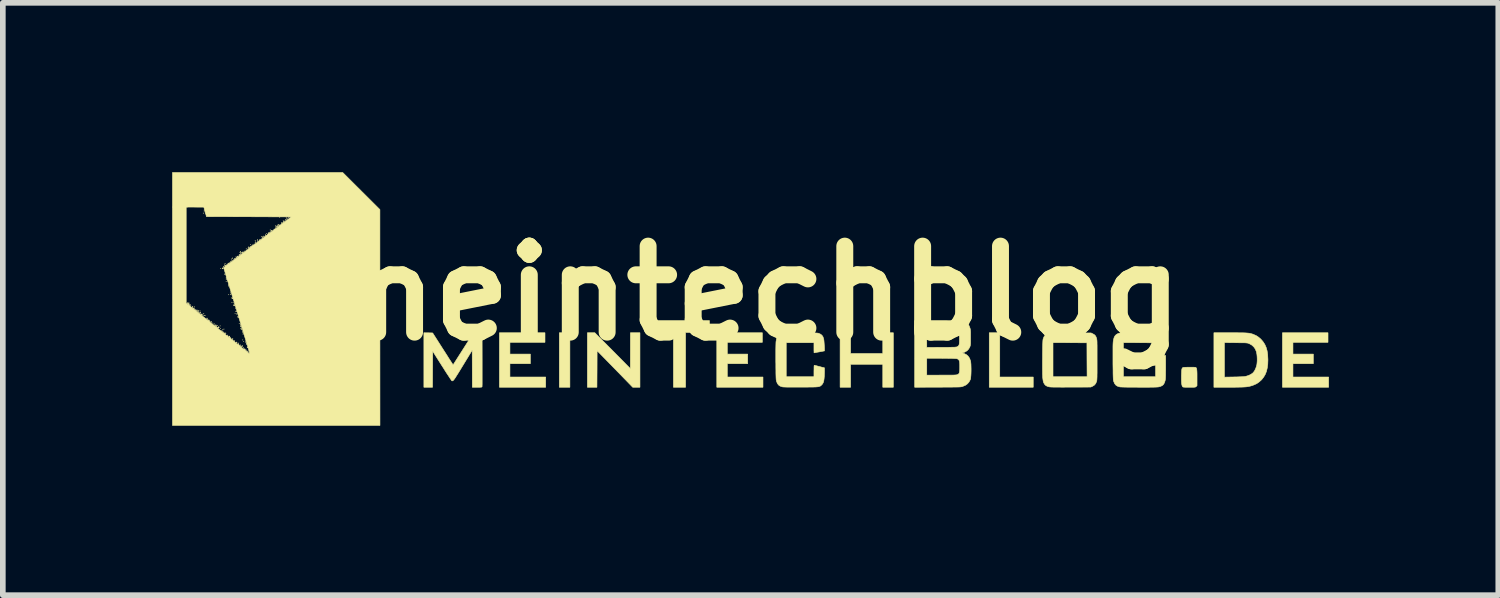
<source format=kicad_pcb>
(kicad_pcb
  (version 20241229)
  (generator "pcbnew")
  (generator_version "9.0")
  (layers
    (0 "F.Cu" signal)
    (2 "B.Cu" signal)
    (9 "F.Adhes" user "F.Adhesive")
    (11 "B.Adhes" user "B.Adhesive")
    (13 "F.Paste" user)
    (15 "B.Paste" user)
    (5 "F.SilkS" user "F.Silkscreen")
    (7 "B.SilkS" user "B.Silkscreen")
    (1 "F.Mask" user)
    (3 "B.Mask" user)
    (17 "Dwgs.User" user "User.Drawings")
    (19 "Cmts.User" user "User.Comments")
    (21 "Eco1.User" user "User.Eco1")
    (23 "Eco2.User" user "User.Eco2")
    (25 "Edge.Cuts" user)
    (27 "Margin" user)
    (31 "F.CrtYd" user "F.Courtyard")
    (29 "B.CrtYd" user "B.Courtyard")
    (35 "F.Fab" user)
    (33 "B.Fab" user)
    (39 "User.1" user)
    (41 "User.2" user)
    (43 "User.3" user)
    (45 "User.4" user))
  (footprint "meintechblog"
    (layer "F.Cu")
    (at 10.244 2.144)
    (property "Reference" "meintechblog" (at 0 0 0) (layer "F.SilkS") (effects (font (size 1.524 1.524) (thickness 0.3))))
    (attr through_hole)
    (fp_poly (pts (xy -9.979 -1.516) (xy -9.982 -1.513) (xy -9.985 -1.516) (xy -9.982 -1.518) (xy -9.979 -1.516)) (stroke (width 0.01) (type solid)) (fill yes) (layer "F.SilkS"))
    (fp_poly (pts (xy -9.974 0.167) (xy -9.977 0.169) (xy -9.979 0.167) (xy -9.977 0.164) (xy -9.974 0.167)) (stroke (width 0.01) (type solid)) (fill yes) (layer "F.SilkS"))
    (fp_poly (pts (xy -9.946 0.167) (xy -9.948 0.169) (xy -9.951 0.167) (xy -9.948 0.164) (xy -9.946 0.167)) (stroke (width 0.01) (type solid)) (fill yes) (layer "F.SilkS"))
    (fp_poly (pts (xy -9.912 0.217) (xy -9.914 0.22) (xy -9.917 0.217) (xy -9.914 0.214) (xy -9.912 0.217)) (stroke (width 0.01) (type solid)) (fill yes) (layer "F.SilkS"))
    (fp_poly (pts (xy -9.844 0.279) (xy -9.847 0.282) (xy -9.85 0.279) (xy -9.847 0.277) (xy -9.844 0.279)) (stroke (width 0.01) (type solid)) (fill yes) (layer "F.SilkS"))
    (fp_poly (pts (xy -9.81 0.308) (xy -9.813 0.31) (xy -9.816 0.308) (xy -9.813 0.305) (xy -9.81 0.308)) (stroke (width 0.01) (type solid)) (fill yes) (layer "F.SilkS"))
    (fp_poly (pts (xy -9.804 0.296) (xy -9.807 0.299) (xy -9.81 0.296) (xy -9.807 0.294) (xy -9.804 0.296)) (stroke (width 0.01) (type solid)) (fill yes) (layer "F.SilkS"))
    (fp_poly (pts (xy -9.799 0.313) (xy -9.802 0.316) (xy -9.804 0.313) (xy -9.802 0.31) (xy -9.799 0.313)) (stroke (width 0.01) (type solid)) (fill yes) (layer "F.SilkS"))
    (fp_poly (pts (xy -9.787 0.302) (xy -9.79 0.305) (xy -9.793 0.302) (xy -9.79 0.299) (xy -9.787 0.302)) (stroke (width 0.01) (type solid)) (fill yes) (layer "F.SilkS"))
    (fp_poly (pts (xy -9.776 0.308) (xy -9.779 0.31) (xy -9.782 0.308) (xy -9.779 0.305) (xy -9.776 0.308)) (stroke (width 0.01) (type solid)) (fill yes) (layer "F.SilkS"))
    (fp_poly (pts (xy -9.759 0.347) (xy -9.762 0.35) (xy -9.765 0.347) (xy -9.762 0.344) (xy -9.759 0.347)) (stroke (width 0.01) (type solid)) (fill yes) (layer "F.SilkS"))
    (fp_poly (pts (xy -9.748 0.313) (xy -9.751 0.316) (xy -9.754 0.313) (xy -9.751 0.31) (xy -9.748 0.313)) (stroke (width 0.01) (type solid)) (fill yes) (layer "F.SilkS"))
    (fp_poly (pts (xy -9.68 0.398) (xy -9.683 0.401) (xy -9.686 0.398) (xy -9.683 0.395) (xy -9.68 0.398)) (stroke (width 0.01) (type solid)) (fill yes) (layer "F.SilkS"))
    (fp_poly (pts (xy -9.675 -1.453) (xy -9.677 -1.451) (xy -9.68 -1.453) (xy -9.677 -1.456) (xy -9.675 -1.453)) (stroke (width 0.01) (type solid)) (fill yes) (layer "F.SilkS"))
    (fp_poly (pts (xy -9.669 0.392) (xy -9.672 0.395) (xy -9.675 0.392) (xy -9.672 0.389) (xy -9.669 0.392)) (stroke (width 0.01) (type solid)) (fill yes) (layer "F.SilkS"))
    (fp_poly (pts (xy -9.658 0.398) (xy -9.66 0.401) (xy -9.663 0.398) (xy -9.66 0.395) (xy -9.658 0.398)) (stroke (width 0.01) (type solid)) (fill yes) (layer "F.SilkS"))
    (fp_poly (pts (xy -9.635 0.443) (xy -9.638 0.446) (xy -9.641 0.443) (xy -9.638 0.44) (xy -9.635 0.443)) (stroke (width 0.01) (type solid)) (fill yes) (layer "F.SilkS"))
    (fp_poly (pts (xy -9.624 0.454) (xy -9.627 0.457) (xy -9.629 0.454) (xy -9.627 0.452) (xy -9.624 0.454)) (stroke (width 0.01) (type solid)) (fill yes) (layer "F.SilkS"))
    (fp_poly (pts (xy -9.618 0.443) (xy -9.621 0.446) (xy -9.624 0.443) (xy -9.621 0.44) (xy -9.618 0.443)) (stroke (width 0.01) (type solid)) (fill yes) (layer "F.SilkS"))
    (fp_poly (pts (xy -9.556 0.5) (xy -9.559 0.502) (xy -9.562 0.5) (xy -9.559 0.497) (xy -9.556 0.5)) (stroke (width 0.01) (type solid)) (fill yes) (layer "F.SilkS"))
    (fp_poly (pts (xy -9.545 0.5) (xy -9.548 0.502) (xy -9.55 0.5) (xy -9.548 0.497) (xy -9.545 0.5)) (stroke (width 0.01) (type solid)) (fill yes) (layer "F.SilkS"))
    (fp_poly (pts (xy -9.545 0.522) (xy -9.548 0.525) (xy -9.55 0.522) (xy -9.548 0.519) (xy -9.545 0.522)) (stroke (width 0.01) (type solid)) (fill yes) (layer "F.SilkS"))
    (fp_poly (pts (xy -9.522 0.528) (xy -9.525 0.531) (xy -9.528 0.528) (xy -9.525 0.525) (xy -9.522 0.528)) (stroke (width 0.01) (type solid)) (fill yes) (layer "F.SilkS"))
    (fp_poly (pts (xy -9.5 0.539) (xy -9.502 0.542) (xy -9.505 0.539) (xy -9.502 0.536) (xy -9.5 0.539)) (stroke (width 0.01) (type solid)) (fill yes) (layer "F.SilkS"))
    (fp_poly (pts (xy -9.494 0.562) (xy -9.497 0.564) (xy -9.5 0.562) (xy -9.497 0.559) (xy -9.494 0.562)) (stroke (width 0.01) (type solid)) (fill yes) (layer "F.SilkS"))
    (fp_poly (pts (xy -9.471 0.562) (xy -9.474 0.564) (xy -9.477 0.562) (xy -9.474 0.559) (xy -9.471 0.562)) (stroke (width 0.01) (type solid)) (fill yes) (layer "F.SilkS"))
    (fp_poly (pts (xy -9.392 0.579) (xy -9.395 0.581) (xy -9.398 0.579) (xy -9.395 0.576) (xy -9.392 0.579)) (stroke (width 0.01) (type solid)) (fill yes) (layer "F.SilkS"))
    (fp_poly (pts (xy -9.387 0.624) (xy -9.39 0.627) (xy -9.392 0.624) (xy -9.39 0.621) (xy -9.387 0.624)) (stroke (width 0.01) (type solid)) (fill yes) (layer "F.SilkS"))
    (fp_poly (pts (xy -9.381 -0.437) (xy -9.384 -0.435) (xy -9.387 -0.437) (xy -9.384 -0.44) (xy -9.381 -0.437)) (stroke (width 0.01) (type solid)) (fill yes) (layer "F.SilkS"))
    (fp_poly (pts (xy -9.33 0.691) (xy -9.333 0.694) (xy -9.336 0.691) (xy -9.333 0.689) (xy -9.33 0.691)) (stroke (width 0.01) (type solid)) (fill yes) (layer "F.SilkS"))
    (fp_poly (pts (xy -9.325 0.635) (xy -9.327 0.638) (xy -9.33 0.635) (xy -9.327 0.632) (xy -9.325 0.635)) (stroke (width 0.01) (type solid)) (fill yes) (layer "F.SilkS"))
    (fp_poly (pts (xy -9.313 -0.516) (xy -9.316 -0.514) (xy -9.319 -0.516) (xy -9.316 -0.519) (xy -9.313 -0.516)) (stroke (width 0.01) (type solid)) (fill yes) (layer "F.SilkS"))
    (fp_poly (pts (xy -9.302 -0.522) (xy -9.305 -0.519) (xy -9.308 -0.522) (xy -9.305 -0.525) (xy -9.302 -0.522)) (stroke (width 0.01) (type solid)) (fill yes) (layer "F.SilkS"))
    (fp_poly (pts (xy -9.302 -0.494) (xy -9.305 -0.491) (xy -9.308 -0.494) (xy -9.305 -0.497) (xy -9.302 -0.494)) (stroke (width 0.01) (type solid)) (fill yes) (layer "F.SilkS"))
    (fp_poly (pts (xy -9.296 0.72) (xy -9.299 0.722) (xy -9.302 0.72) (xy -9.299 0.717) (xy -9.296 0.72)) (stroke (width 0.01) (type solid)) (fill yes) (layer "F.SilkS"))
    (fp_poly (pts (xy -9.291 -0.494) (xy -9.294 -0.491) (xy -9.296 -0.494) (xy -9.294 -0.497) (xy -9.291 -0.494)) (stroke (width 0.01) (type solid)) (fill yes) (layer "F.SilkS"))
    (fp_poly (pts (xy -9.285 -0.274) (xy -9.288 -0.271) (xy -9.291 -0.274) (xy -9.288 -0.277) (xy -9.285 -0.274)) (stroke (width 0.01) (type solid)) (fill yes) (layer "F.SilkS"))
    (fp_poly (pts (xy -9.285 -0.251) (xy -9.288 -0.248) (xy -9.291 -0.251) (xy -9.288 -0.254) (xy -9.285 -0.251)) (stroke (width 0.01) (type solid)) (fill yes) (layer "F.SilkS"))
    (fp_poly (pts (xy -9.285 -0.212) (xy -9.288 -0.209) (xy -9.291 -0.212) (xy -9.288 -0.214) (xy -9.285 -0.212)) (stroke (width 0.01) (type solid)) (fill yes) (layer "F.SilkS"))
    (fp_poly (pts (xy -9.274 -0.505) (xy -9.277 -0.502) (xy -9.279 -0.505) (xy -9.277 -0.508) (xy -9.274 -0.505)) (stroke (width 0.01) (type solid)) (fill yes) (layer "F.SilkS"))
    (fp_poly (pts (xy -9.263 -0.516) (xy -9.265 -0.514) (xy -9.268 -0.516) (xy -9.265 -0.519) (xy -9.263 -0.516)) (stroke (width 0.01) (type solid)) (fill yes) (layer "F.SilkS"))
    (fp_poly (pts (xy -9.257 0.742) (xy -9.26 0.745) (xy -9.263 0.742) (xy -9.26 0.739) (xy -9.257 0.742)) (stroke (width 0.01) (type solid)) (fill yes) (layer "F.SilkS"))
    (fp_poly (pts (xy -9.246 -0.15) (xy -9.248 -0.147) (xy -9.251 -0.15) (xy -9.248 -0.152) (xy -9.246 -0.15)) (stroke (width 0.01) (type solid)) (fill yes) (layer "F.SilkS"))
    (fp_poly (pts (xy -9.246 0.025) (xy -9.248 0.028) (xy -9.251 0.025) (xy -9.248 0.023) (xy -9.246 0.025)) (stroke (width 0.01) (type solid)) (fill yes) (layer "F.SilkS"))
    (fp_poly (pts (xy -9.229 -0.539) (xy -9.231 -0.536) (xy -9.234 -0.539) (xy -9.231 -0.542) (xy -9.229 -0.539)) (stroke (width 0.01) (type solid)) (fill yes) (layer "F.SilkS"))
    (fp_poly (pts (xy -9.212 -0.02) (xy -9.215 -0.017) (xy -9.217 -0.02) (xy -9.215 -0.023) (xy -9.212 -0.02)) (stroke (width 0.01) (type solid)) (fill yes) (layer "F.SilkS"))
    (fp_poly (pts (xy -9.2 -0.003) (xy -9.203 0) (xy -9.206 -0.003) (xy -9.203 -0.006) (xy -9.2 -0.003)) (stroke (width 0.01) (type solid)) (fill yes) (layer "F.SilkS"))
    (fp_poly (pts (xy -9.189 -0.59) (xy -9.192 -0.587) (xy -9.195 -0.59) (xy -9.192 -0.593) (xy -9.189 -0.59)) (stroke (width 0.01) (type solid)) (fill yes) (layer "F.SilkS"))
    (fp_poly (pts (xy -9.184 0.076) (xy -9.186 0.079) (xy -9.189 0.076) (xy -9.186 0.073) (xy -9.184 0.076)) (stroke (width 0.01) (type solid)) (fill yes) (layer "F.SilkS"))
    (fp_poly (pts (xy -9.184 0.161) (xy -9.186 0.164) (xy -9.189 0.161) (xy -9.186 0.158) (xy -9.184 0.161)) (stroke (width 0.01) (type solid)) (fill yes) (layer "F.SilkS"))
    (fp_poly (pts (xy -9.178 -0.579) (xy -9.181 -0.576) (xy -9.184 -0.579) (xy -9.181 -0.581) (xy -9.178 -0.579)) (stroke (width 0.01) (type solid)) (fill yes) (layer "F.SilkS"))
    (fp_poly (pts (xy -9.178 0.804) (xy -9.181 0.807) (xy -9.184 0.804) (xy -9.181 0.802) (xy -9.178 0.804)) (stroke (width 0.01) (type solid)) (fill yes) (layer "F.SilkS"))
    (fp_poly (pts (xy -9.172 -0.624) (xy -9.175 -0.621) (xy -9.178 -0.624) (xy -9.175 -0.627) (xy -9.172 -0.624)) (stroke (width 0.01) (type solid)) (fill yes) (layer "F.SilkS"))
    (fp_poly (pts (xy -9.167 0.81) (xy -9.169 0.813) (xy -9.172 0.81) (xy -9.169 0.807) (xy -9.167 0.81)) (stroke (width 0.01) (type solid)) (fill yes) (layer "F.SilkS"))
    (fp_poly (pts (xy -9.161 0.167) (xy -9.164 0.169) (xy -9.167 0.167) (xy -9.164 0.164) (xy -9.161 0.167)) (stroke (width 0.01) (type solid)) (fill yes) (layer "F.SilkS"))
    (fp_poly (pts (xy -9.155 0.217) (xy -9.158 0.22) (xy -9.161 0.217) (xy -9.158 0.214) (xy -9.155 0.217)) (stroke (width 0.01) (type solid)) (fill yes) (layer "F.SilkS"))
    (fp_poly (pts (xy -9.15 -0.601) (xy -9.152 -0.598) (xy -9.155 -0.601) (xy -9.152 -0.604) (xy -9.15 -0.601)) (stroke (width 0.01) (type solid)) (fill yes) (layer "F.SilkS"))
    (fp_poly (pts (xy -9.127 0.358) (xy -9.13 0.361) (xy -9.133 0.358) (xy -9.13 0.356) (xy -9.127 0.358)) (stroke (width 0.01) (type solid)) (fill yes) (layer "F.SilkS"))
    (fp_poly (pts (xy -9.116 0.274) (xy -9.119 0.277) (xy -9.121 0.274) (xy -9.119 0.271) (xy -9.116 0.274)) (stroke (width 0.01) (type solid)) (fill yes) (layer "F.SilkS"))
    (fp_poly (pts (xy -9.116 0.319) (xy -9.119 0.322) (xy -9.121 0.319) (xy -9.119 0.316) (xy -9.116 0.319)) (stroke (width 0.01) (type solid)) (fill yes) (layer "F.SilkS"))
    (fp_poly (pts (xy -9.11 -0.646) (xy -9.113 -0.643) (xy -9.116 -0.646) (xy -9.113 -0.649) (xy -9.11 -0.646)) (stroke (width 0.01) (type solid)) (fill yes) (layer "F.SilkS"))
    (fp_poly (pts (xy -9.082 0.421) (xy -9.085 0.423) (xy -9.088 0.421) (xy -9.085 0.418) (xy -9.082 0.421)) (stroke (width 0.01) (type solid)) (fill yes) (layer "F.SilkS"))
    (fp_poly (pts (xy -9.076 0.409) (xy -9.079 0.412) (xy -9.082 0.409) (xy -9.079 0.406) (xy -9.076 0.409)) (stroke (width 0.01) (type solid)) (fill yes) (layer "F.SilkS"))
    (fp_poly (pts (xy -9.071 0.426) (xy -9.073 0.429) (xy -9.076 0.426) (xy -9.073 0.423) (xy -9.071 0.426)) (stroke (width 0.01) (type solid)) (fill yes) (layer "F.SilkS"))
    (fp_poly (pts (xy -9.065 0.883) (xy -9.068 0.886) (xy -9.071 0.883) (xy -9.068 0.881) (xy -9.065 0.883)) (stroke (width 0.01) (type solid)) (fill yes) (layer "F.SilkS"))
    (fp_poly (pts (xy -9.054 0.539) (xy -9.057 0.542) (xy -9.059 0.539) (xy -9.057 0.536) (xy -9.054 0.539)) (stroke (width 0.01) (type solid)) (fill yes) (layer "F.SilkS"))
    (fp_poly (pts (xy -9.037 0.929) (xy -9.04 0.931) (xy -9.042 0.929) (xy -9.04 0.926) (xy -9.037 0.929)) (stroke (width 0.01) (type solid)) (fill yes) (layer "F.SilkS"))
    (fp_poly (pts (xy -9.031 0.917) (xy -9.034 0.92) (xy -9.037 0.917) (xy -9.034 0.914) (xy -9.031 0.917)) (stroke (width 0.01) (type solid)) (fill yes) (layer "F.SilkS"))
    (fp_poly (pts (xy -9.02 0.635) (xy -9.023 0.638) (xy -9.025 0.635) (xy -9.023 0.632) (xy -9.02 0.635)) (stroke (width 0.01) (type solid)) (fill yes) (layer "F.SilkS"))
    (fp_poly (pts (xy -9.014 -0.72) (xy -9.017 -0.717) (xy -9.02 -0.72) (xy -9.017 -0.722) (xy -9.014 -0.72)) (stroke (width 0.01) (type solid)) (fill yes) (layer "F.SilkS"))
    (fp_poly (pts (xy -9.014 0.646) (xy -9.017 0.649) (xy -9.02 0.646) (xy -9.017 0.643) (xy -9.014 0.646)) (stroke (width 0.01) (type solid)) (fill yes) (layer "F.SilkS"))
    (fp_poly (pts (xy -9.009 0.951) (xy -9.011 0.954) (xy -9.014 0.951) (xy -9.011 0.948) (xy -9.009 0.951)) (stroke (width 0.01) (type solid)) (fill yes) (layer "F.SilkS"))
    (fp_poly (pts (xy -8.997 0.923) (xy -9 0.926) (xy -9.003 0.923) (xy -9 0.92) (xy -8.997 0.923)) (stroke (width 0.01) (type solid)) (fill yes) (layer "F.SilkS"))
    (fp_poly (pts (xy -8.997 0.945) (xy -9 0.948) (xy -9.003 0.945) (xy -9 0.943) (xy -8.997 0.945)) (stroke (width 0.01) (type solid)) (fill yes) (layer "F.SilkS"))
    (fp_poly (pts (xy -8.992 0.68) (xy -8.994 0.683) (xy -8.997 0.68) (xy -8.994 0.677) (xy -8.992 0.68)) (stroke (width 0.01) (type solid)) (fill yes) (layer "F.SilkS"))
    (fp_poly (pts (xy -8.992 0.691) (xy -8.994 0.694) (xy -8.997 0.691) (xy -8.994 0.689) (xy -8.992 0.691)) (stroke (width 0.01) (type solid)) (fill yes) (layer "F.SilkS"))
    (fp_poly (pts (xy -8.992 0.827) (xy -8.994 0.83) (xy -8.997 0.827) (xy -8.994 0.824) (xy -8.992 0.827)) (stroke (width 0.01) (type solid)) (fill yes) (layer "F.SilkS"))
    (fp_poly (pts (xy -8.98 -0.725) (xy -8.983 -0.722) (xy -8.986 -0.725) (xy -8.983 -0.728) (xy -8.98 -0.725)) (stroke (width 0.01) (type solid)) (fill yes) (layer "F.SilkS"))
    (fp_poly (pts (xy -8.98 0.962) (xy -8.983 0.965) (xy -8.986 0.962) (xy -8.983 0.96) (xy -8.98 0.962)) (stroke (width 0.01) (type solid)) (fill yes) (layer "F.SilkS"))
    (fp_poly (pts (xy -8.975 0.855) (xy -8.977 0.858) (xy -8.98 0.855) (xy -8.977 0.852) (xy -8.975 0.855)) (stroke (width 0.01) (type solid)) (fill yes) (layer "F.SilkS"))
    (fp_poly (pts (xy -8.969 -0.737) (xy -8.972 -0.734) (xy -8.975 -0.737) (xy -8.972 -0.739) (xy -8.969 -0.737)) (stroke (width 0.01) (type solid)) (fill yes) (layer "F.SilkS"))
    (fp_poly (pts (xy -8.952 -0.748) (xy -8.955 -0.745) (xy -8.958 -0.748) (xy -8.955 -0.751) (xy -8.952 -0.748)) (stroke (width 0.01) (type solid)) (fill yes) (layer "F.SilkS"))
    (fp_poly (pts (xy -8.935 0.991) (xy -8.938 0.993) (xy -8.941 0.991) (xy -8.938 0.988) (xy -8.935 0.991)) (stroke (width 0.01) (type solid)) (fill yes) (layer "F.SilkS"))
    (fp_poly (pts (xy -8.935 1.008) (xy -8.938 1.01) (xy -8.941 1.008) (xy -8.938 1.005) (xy -8.935 1.008)) (stroke (width 0.01) (type solid)) (fill yes) (layer "F.SilkS"))
    (fp_poly (pts (xy -8.93 -0.787) (xy -8.932 -0.785) (xy -8.935 -0.787) (xy -8.932 -0.79) (xy -8.93 -0.787)) (stroke (width 0.01) (type solid)) (fill yes) (layer "F.SilkS"))
    (fp_poly (pts (xy -8.93 -0.765) (xy -8.932 -0.762) (xy -8.935 -0.765) (xy -8.932 -0.768) (xy -8.93 -0.765)) (stroke (width 0.01) (type solid)) (fill yes) (layer "F.SilkS"))
    (fp_poly (pts (xy -8.93 0.889) (xy -8.932 0.892) (xy -8.935 0.889) (xy -8.932 0.886) (xy -8.93 0.889)) (stroke (width 0.01) (type solid)) (fill yes) (layer "F.SilkS"))
    (fp_poly (pts (xy -8.924 0.912) (xy -8.927 0.914) (xy -8.93 0.912) (xy -8.927 0.909) (xy -8.924 0.912)) (stroke (width 0.01) (type solid)) (fill yes) (layer "F.SilkS"))
    (fp_poly (pts (xy -8.896 -0.81) (xy -8.898 -0.807) (xy -8.901 -0.81) (xy -8.898 -0.813) (xy -8.896 -0.81)) (stroke (width 0.01) (type solid)) (fill yes) (layer "F.SilkS"))
    (fp_poly (pts (xy -8.896 -0.793) (xy -8.898 -0.79) (xy -8.901 -0.793) (xy -8.898 -0.796) (xy -8.896 -0.793)) (stroke (width 0.01) (type solid)) (fill yes) (layer "F.SilkS"))
    (fp_poly (pts (xy -8.89 1.024) (xy -8.893 1.027) (xy -8.896 1.024) (xy -8.893 1.022) (xy -8.89 1.024)) (stroke (width 0.01) (type solid)) (fill yes) (layer "F.SilkS"))
    (fp_poly (pts (xy -8.884 -0.821) (xy -8.887 -0.818) (xy -8.89 -0.821) (xy -8.887 -0.824) (xy -8.884 -0.821)) (stroke (width 0.01) (type solid)) (fill yes) (layer "F.SilkS"))
    (fp_poly (pts (xy -8.884 -0.81) (xy -8.887 -0.807) (xy -8.89 -0.81) (xy -8.887 -0.813) (xy -8.884 -0.81)) (stroke (width 0.01) (type solid)) (fill yes) (layer "F.SilkS"))
    (fp_poly (pts (xy -8.856 -0.866) (xy -8.859 -0.864) (xy -8.862 -0.866) (xy -8.859 -0.869) (xy -8.856 -0.866)) (stroke (width 0.01) (type solid)) (fill yes) (layer "F.SilkS"))
    (fp_poly (pts (xy -8.828 -0.844) (xy -8.831 -0.841) (xy -8.834 -0.844) (xy -8.831 -0.847) (xy -8.828 -0.844)) (stroke (width 0.01) (type solid)) (fill yes) (layer "F.SilkS"))
    (fp_poly (pts (xy -8.822 -0.855) (xy -8.825 -0.852) (xy -8.828 -0.855) (xy -8.825 -0.858) (xy -8.822 -0.855)) (stroke (width 0.01) (type solid)) (fill yes) (layer "F.SilkS"))
    (fp_poly (pts (xy -8.788 -0.872) (xy -8.791 -0.869) (xy -8.794 -0.872) (xy -8.791 -0.875) (xy -8.788 -0.872)) (stroke (width 0.01) (type solid)) (fill yes) (layer "F.SilkS"))
    (fp_poly (pts (xy -8.771 -0.934) (xy -8.774 -0.931) (xy -8.777 -0.934) (xy -8.774 -0.937) (xy -8.771 -0.934)) (stroke (width 0.01) (type solid)) (fill yes) (layer "F.SilkS"))
    (fp_poly (pts (xy -8.732 -0.951) (xy -8.735 -0.948) (xy -8.738 -0.951) (xy -8.735 -0.954) (xy -8.732 -0.951)) (stroke (width 0.01) (type solid)) (fill yes) (layer "F.SilkS"))
    (fp_poly (pts (xy -8.732 -0.934) (xy -8.735 -0.931) (xy -8.738 -0.934) (xy -8.735 -0.937) (xy -8.732 -0.934)) (stroke (width 0.01) (type solid)) (fill yes) (layer "F.SilkS"))
    (fp_poly (pts (xy -8.659 -1.002) (xy -8.661 -0.999) (xy -8.664 -1.002) (xy -8.661 -1.005) (xy -8.659 -1.002)) (stroke (width 0.01) (type solid)) (fill yes) (layer "F.SilkS"))
    (fp_poly (pts (xy -8.636 -1.008) (xy -8.639 -1.005) (xy -8.642 -1.008) (xy -8.639 -1.01) (xy -8.636 -1.008)) (stroke (width 0.01) (type solid)) (fill yes) (layer "F.SilkS"))
    (fp_poly (pts (xy -8.591 -1.019) (xy -8.594 -1.016) (xy -8.596 -1.019) (xy -8.594 -1.022) (xy -8.591 -1.019)) (stroke (width 0.01) (type solid)) (fill yes) (layer "F.SilkS"))
    (fp_poly (pts (xy -8.585 -1.041) (xy -8.588 -1.039) (xy -8.591 -1.041) (xy -8.588 -1.044) (xy -8.585 -1.041)) (stroke (width 0.01) (type solid)) (fill yes) (layer "F.SilkS"))
    (fp_poly (pts (xy -8.574 -1.058) (xy -8.577 -1.056) (xy -8.58 -1.058) (xy -8.577 -1.061) (xy -8.574 -1.058)) (stroke (width 0.01) (type solid)) (fill yes) (layer "F.SilkS"))
    (fp_poly (pts (xy -8.512 -1.081) (xy -8.515 -1.078) (xy -8.517 -1.081) (xy -8.515 -1.084) (xy -8.512 -1.081)) (stroke (width 0.01) (type solid)) (fill yes) (layer "F.SilkS"))
    (fp_poly (pts (xy -8.495 -1.092) (xy -8.498 -1.089) (xy -8.501 -1.092) (xy -8.498 -1.095) (xy -8.495 -1.092)) (stroke (width 0.01) (type solid)) (fill yes) (layer "F.SilkS"))
    (fp_poly (pts (xy -8.405 -1.183) (xy -8.407 -1.18) (xy -8.41 -1.183) (xy -8.407 -1.185) (xy -8.405 -1.183)) (stroke (width 0.01) (type solid)) (fill yes) (layer "F.SilkS"))
    (fp_poly (pts (xy -8.337 -1.346) (xy -8.34 -1.343) (xy -8.342 -1.346) (xy -8.34 -1.349) (xy -8.337 -1.346)) (stroke (width 0.01) (type solid)) (fill yes) (layer "F.SilkS"))
    (fp_poly (pts (xy -8.303 -1.25) (xy -8.306 -1.247) (xy -8.309 -1.25) (xy -8.306 -1.253) (xy -8.303 -1.25)) (stroke (width 0.01) (type solid)) (fill yes) (layer "F.SilkS"))
    (fp_poly (pts (xy -8.292 -1.25) (xy -8.295 -1.247) (xy -8.297 -1.25) (xy -8.295 -1.253) (xy -8.292 -1.25)) (stroke (width 0.01) (type solid)) (fill yes) (layer "F.SilkS"))
    (fp_poly (pts (xy -8.275 -1.284) (xy -8.278 -1.281) (xy -8.28 -1.284) (xy -8.278 -1.287) (xy -8.275 -1.284)) (stroke (width 0.01) (type solid)) (fill yes) (layer "F.SilkS"))
    (fp_poly (pts (xy -8.247 -1.278) (xy -8.249 -1.276) (xy -8.252 -1.278) (xy -8.249 -1.281) (xy -8.247 -1.278)) (stroke (width 0.01) (type solid)) (fill yes) (layer "F.SilkS"))
    (fp_poly (pts (xy -8.235 -1.295) (xy -8.238 -1.293) (xy -8.241 -1.295) (xy -8.238 -1.298) (xy -8.235 -1.295)) (stroke (width 0.01) (type solid)) (fill yes) (layer "F.SilkS"))
    (fp_poly (pts (xy -8.23 -1.307) (xy -8.232 -1.304) (xy -8.235 -1.307) (xy -8.232 -1.31) (xy -8.23 -1.307)) (stroke (width 0.01) (type solid)) (fill yes) (layer "F.SilkS"))
    (fp_poly (pts (xy -8.213 -1.335) (xy -8.215 -1.332) (xy -8.218 -1.335) (xy -8.215 -1.338) (xy -8.213 -1.335)) (stroke (width 0.01) (type solid)) (fill yes) (layer "F.SilkS"))
    (fp_poly (pts (xy -8.207 -1.324) (xy -8.21 -1.321) (xy -8.213 -1.324) (xy -8.21 -1.326) (xy -8.207 -1.324)) (stroke (width 0.01) (type solid)) (fill yes) (layer "F.SilkS"))
    (fp_poly (pts (xy -3.2 1.665) (xy -3.387 1.665) (xy -3.387 0.7) (xy -3.2 0.7) (xy -3.2 1.665)) (stroke (width 0.01) (type solid)) (fill yes) (layer "F.SilkS"))
    (fp_poly (pts (xy -9.925 0.199) (xy -9.924 0.206) (xy -9.925 0.207) (xy -9.928 0.206) (xy -9.929 0.203) (xy -9.927 0.199) (xy -9.925 0.199)) (stroke (width 0.01) (type solid)) (fill yes) (layer "F.SilkS"))
    (fp_poly (pts (xy -9.851 0.239) (xy -9.851 0.246) (xy -9.851 0.246) (xy -9.855 0.246) (xy -9.855 0.243) (xy -9.853 0.238) (xy -9.851 0.239)) (stroke (width 0.01) (type solid)) (fill yes) (layer "F.SilkS"))
    (fp_poly (pts (xy -9.75 0.352) (xy -9.749 0.359) (xy -9.75 0.359) (xy -9.753 0.359) (xy -9.754 0.356) (xy -9.752 0.351) (xy -9.75 0.352)) (stroke (width 0.01) (type solid)) (fill yes) (layer "F.SilkS"))
    (fp_poly (pts (xy -9.71 0.369) (xy -9.71 0.375) (xy -9.71 0.376) (xy -9.714 0.376) (xy -9.714 0.373) (xy -9.712 0.368) (xy -9.71 0.369)) (stroke (width 0.01) (type solid)) (fill yes) (layer "F.SilkS"))
    (fp_poly (pts (xy -9.688 -1.421) (xy -9.689 -1.417) (xy -9.692 -1.417) (xy -9.696 -1.419) (xy -9.695 -1.421) (xy -9.689 -1.421) (xy -9.688 -1.421)) (stroke (width 0.01) (type solid)) (fill yes) (layer "F.SilkS"))
    (fp_poly (pts (xy -9.682 0.363) (xy -9.683 0.366) (xy -9.686 0.367) (xy -9.691 0.365) (xy -9.69 0.363) (xy -9.683 0.362) (xy -9.682 0.363)) (stroke (width 0.01) (type solid)) (fill yes) (layer "F.SilkS"))
    (fp_poly (pts (xy -9.676 -1.477) (xy -9.676 -1.47) (xy -9.676 -1.469) (xy -9.68 -1.47) (xy -9.68 -1.473) (xy -9.678 -1.478) (xy -9.676 -1.477)) (stroke (width 0.01) (type solid)) (fill yes) (layer "F.SilkS"))
    (fp_poly (pts (xy -9.343 0.645) (xy -9.344 0.649) (xy -9.347 0.649) (xy -9.352 0.647) (xy -9.351 0.645) (xy -9.344 0.645) (xy -9.343 0.645)) (stroke (width 0.01) (type solid)) (fill yes) (layer "F.SilkS"))
    (fp_poly (pts (xy -9.343 0.679) (xy -9.344 0.683) (xy -9.347 0.683) (xy -9.352 0.681) (xy -9.351 0.679) (xy -9.344 0.679) (xy -9.343 0.679)) (stroke (width 0.01) (type solid)) (fill yes) (layer "F.SilkS"))
    (fp_poly (pts (xy -9.214 0.019) (xy -9.213 0.026) (xy -9.214 0.026) (xy -9.217 0.026) (xy -9.217 0.023) (xy -9.215 0.018) (xy -9.214 0.019)) (stroke (width 0.01) (type solid)) (fill yes) (layer "F.SilkS"))
    (fp_poly (pts (xy -9.18 -0.613) (xy -9.181 -0.61) (xy -9.184 -0.61) (xy -9.188 -0.612) (xy -9.187 -0.613) (xy -9.181 -0.614) (xy -9.18 -0.613)) (stroke (width 0.01) (type solid)) (fill yes) (layer "F.SilkS"))
    (fp_poly (pts (xy -9.146 0.188) (xy -9.145 0.195) (xy -9.146 0.196) (xy -9.149 0.195) (xy -9.15 0.192) (xy -9.148 0.187) (xy -9.146 0.188)) (stroke (width 0.01) (type solid)) (fill yes) (layer "F.SilkS"))
    (fp_poly (pts (xy -9.106 0.318) (xy -9.106 0.325) (xy -9.106 0.325) (xy -9.11 0.325) (xy -9.11 0.322) (xy -9.108 0.317) (xy -9.106 0.318)) (stroke (width 0.01) (type solid)) (fill yes) (layer "F.SilkS"))
    (fp_poly (pts (xy -9.106 0.363) (xy -9.106 0.37) (xy -9.106 0.371) (xy -9.11 0.37) (xy -9.11 0.367) (xy -9.108 0.362) (xy -9.106 0.363)) (stroke (width 0.01) (type solid)) (fill yes) (layer "F.SilkS"))
    (fp_poly (pts (xy -9.033 -0.743) (xy -9.032 -0.736) (xy -9.033 -0.736) (xy -9.036 -0.736) (xy -9.037 -0.739) (xy -9.035 -0.744) (xy -9.033 -0.743)) (stroke (width 0.01) (type solid)) (fill yes) (layer "F.SilkS"))
    (fp_poly (pts (xy -9.033 0.555) (xy -9.032 0.562) (xy -9.033 0.563) (xy -9.036 0.562) (xy -9.037 0.559) (xy -9.035 0.554) (xy -9.033 0.555)) (stroke (width 0.01) (type solid)) (fill yes) (layer "F.SilkS"))
    (fp_poly (pts (xy -8.988 0.719) (xy -8.987 0.725) (xy -8.988 0.726) (xy -8.991 0.725) (xy -8.992 0.722) (xy -8.99 0.718) (xy -8.988 0.719)) (stroke (width 0.01) (type solid)) (fill yes) (layer "F.SilkS"))
    (fp_poly (pts (xy -8.881 1.046) (xy -8.88 1.053) (xy -8.881 1.054) (xy -8.884 1.053) (xy -8.884 1.05) (xy -8.882 1.045) (xy -8.881 1.046)) (stroke (width 0.01) (type solid)) (fill yes) (layer "F.SilkS"))
    (fp_poly (pts (xy -8.768 -0.913) (xy -8.767 -0.906) (xy -8.768 -0.905) (xy -8.771 -0.906) (xy -8.771 -0.909) (xy -8.769 -0.913) (xy -8.768 -0.913)) (stroke (width 0.01) (type solid)) (fill yes) (layer "F.SilkS"))
    (fp_poly (pts (xy -8.502 -1.121) (xy -8.503 -1.118) (xy -8.506 -1.118) (xy -8.511 -1.12) (xy -8.51 -1.121) (xy -8.503 -1.122) (xy -8.502 -1.121)) (stroke (width 0.01) (type solid)) (fill yes) (layer "F.SilkS"))
    (fp_poly (pts (xy -8.406 -1.2) (xy -8.406 -1.194) (xy -8.406 -1.193) (xy -8.41 -1.194) (xy -8.41 -1.197) (xy -8.408 -1.201) (xy -8.406 -1.2)) (stroke (width 0.01) (type solid)) (fill yes) (layer "F.SilkS"))
    (fp_poly (pts (xy -8.356 -1.217) (xy -8.356 -1.214) (xy -8.359 -1.214) (xy -8.364 -1.216) (xy -8.363 -1.217) (xy -8.356 -1.218) (xy -8.356 -1.217)) (stroke (width 0.01) (type solid)) (fill yes) (layer "F.SilkS"))
    (fp_poly (pts (xy -8.209 -1.313) (xy -8.21 -1.31) (xy -8.213 -1.31) (xy -8.217 -1.312) (xy -8.216 -1.313) (xy -8.21 -1.314) (xy -8.209 -1.313)) (stroke (width 0.01) (type solid)) (fill yes) (layer "F.SilkS"))
    (fp_poly (pts (xy -8.175 -1.341) (xy -8.176 -1.338) (xy -8.179 -1.338) (xy -8.183 -1.34) (xy -8.183 -1.341) (xy -8.176 -1.342) (xy -8.175 -1.341)) (stroke (width 0.01) (type solid)) (fill yes) (layer "F.SilkS"))
    (fp_poly (pts (xy 4.414 1.484) (xy 5.007 1.484) (xy 5.007 1.665) (xy 4.228 1.665) (xy 4.228 0.7) (xy 4.414 0.7) (xy 4.414 1.484)) (stroke (width 0.01) (type solid)) (fill yes) (layer "F.SilkS"))
    (fp_poly (pts (xy -9.975 0.177) (xy -9.969 0.183) (xy -9.97 0.186) (xy -9.971 0.186) (xy -9.975 0.182) (xy -9.977 0.18) (xy -9.978 0.176) (xy -9.975 0.177)) (stroke (width 0.01) (type solid)) (fill yes) (layer "F.SilkS"))
    (fp_poly (pts (xy -9.954 0.177) (xy -9.945 0.18) (xy -9.943 0.183) (xy -9.949 0.184) (xy -9.958 0.182) (xy -9.96 0.18) (xy -9.958 0.177) (xy -9.954 0.177)) (stroke (width 0.01) (type solid)) (fill yes) (layer "F.SilkS"))
    (fp_poly (pts (xy -9.878 0.239) (xy -9.883 0.248) (xy -9.888 0.252) (xy -9.891 0.25) (xy -9.89 0.243) (xy -9.886 0.238) (xy -9.879 0.234) (xy -9.878 0.239)) (stroke (width 0.01) (type solid)) (fill yes) (layer "F.SilkS"))
    (fp_poly (pts (xy -9.582 0.489) (xy -9.574 0.493) (xy -9.575 0.496) (xy -9.578 0.497) (xy -9.586 0.493) (xy -9.587 0.491) (xy -9.586 0.488) (xy -9.582 0.489)) (stroke (width 0.01) (type solid)) (fill yes) (layer "F.SilkS"))
    (fp_poly (pts (xy -9.365 0.663) (xy -9.359 0.668) (xy -9.36 0.672) (xy -9.361 0.672) (xy -9.366 0.668) (xy -9.367 0.665) (xy -9.368 0.661) (xy -9.365 0.663)) (stroke (width 0.01) (type solid)) (fill yes) (layer "F.SilkS"))
    (fp_poly (pts (xy -9.314 -0.342) (xy -9.308 -0.336) (xy -9.309 -0.333) (xy -9.31 -0.333) (xy -9.315 -0.337) (xy -9.317 -0.34) (xy -9.317 -0.343) (xy -9.314 -0.342)) (stroke (width 0.01) (type solid)) (fill yes) (layer "F.SilkS"))
    (fp_poly (pts (xy -9.246 -0.133) (xy -9.24 -0.128) (xy -9.242 -0.124) (xy -9.242 -0.124) (xy -9.247 -0.128) (xy -9.249 -0.131) (xy -9.25 -0.135) (xy -9.246 -0.133)) (stroke (width 0.01) (type solid)) (fill yes) (layer "F.SilkS"))
    (fp_poly (pts (xy -9.135 0.841) (xy -9.135 0.844) (xy -9.136 0.852) (xy -9.14 0.849) (xy -9.141 0.847) (xy -9.141 0.84) (xy -9.139 0.839) (xy -9.135 0.841)) (stroke (width 0.01) (type solid)) (fill yes) (layer "F.SilkS"))
    (fp_poly (pts (xy -9.097 0.867) (xy -9.096 0.874) (xy -9.098 0.877) (xy -9.104 0.876) (xy -9.107 0.872) (xy -9.107 0.865) (xy -9.105 0.864) (xy -9.097 0.867)) (stroke (width 0.01) (type solid)) (fill yes) (layer "F.SilkS"))
    (fp_poly (pts (xy -9.023 -0.702) (xy -9.024 -0.697) (xy -9.029 -0.69) (xy -9.035 -0.689) (xy -9.037 -0.694) (xy -9.032 -0.7) (xy -9.029 -0.702) (xy -9.023 -0.702)) (stroke (width 0.01) (type solid)) (fill yes) (layer "F.SilkS"))
    (fp_poly (pts (xy -9.021 0.934) (xy -9.015 0.939) (xy -9.016 0.943) (xy -9.017 0.943) (xy -9.021 0.939) (xy -9.023 0.936) (xy -9.024 0.932) (xy -9.021 0.934)) (stroke (width 0.01) (type solid)) (fill yes) (layer "F.SilkS"))
    (fp_poly (pts (xy -8.772 -0.895) (xy -8.766 -0.89) (xy -8.768 -0.886) (xy -8.768 -0.886) (xy -8.773 -0.89) (xy -8.775 -0.893) (xy -8.775 -0.897) (xy -8.772 -0.895)) (stroke (width 0.01) (type solid)) (fill yes) (layer "F.SilkS"))
    (fp_poly (pts (xy -8.641 -0.983) (xy -8.649 -0.977) (xy -8.657 -0.972) (xy -8.657 -0.974) (xy -8.652 -0.98) (xy -8.643 -0.986) (xy -8.639 -0.987) (xy -8.641 -0.983)) (stroke (width 0.01) (type solid)) (fill yes) (layer "F.SilkS"))
    (fp_poly (pts (xy -8.619 -1.013) (xy -8.614 -1.008) (xy -8.62 -1.007) (xy -8.622 -1.007) (xy -8.627 -1.009) (xy -8.627 -1.011) (xy -8.62 -1.014) (xy -8.619 -1.013)) (stroke (width 0.01) (type solid)) (fill yes) (layer "F.SilkS"))
    (fp_poly (pts (xy -8.539 -1.069) (xy -8.537 -1.062) (xy -8.537 -1.061) (xy -8.542 -1.056) (xy -8.544 -1.062) (xy -8.544 -1.064) (xy -8.541 -1.069) (xy -8.539 -1.069)) (stroke (width 0.01) (type solid)) (fill yes) (layer "F.SilkS"))
    (fp_poly (pts (xy -8.53 -1.076) (xy -8.524 -1.07) (xy -8.525 -1.067) (xy -8.526 -1.067) (xy -8.53 -1.071) (xy -8.532 -1.073) (xy -8.533 -1.077) (xy -8.53 -1.076)) (stroke (width 0.01) (type solid)) (fill yes) (layer "F.SilkS"))
    (fp_poly (pts (xy -9.866 0.262) (xy -9.864 0.263) (xy -9.857 0.268) (xy -9.855 0.272) (xy -9.857 0.276) (xy -9.864 0.271) (xy -9.867 0.268) (xy -9.871 0.262) (xy -9.866 0.262)) (stroke (width 0.01) (type solid)) (fill yes) (layer "F.SilkS"))
    (fp_poly (pts (xy -9.742 0.337) (xy -9.742 0.339) (xy -9.747 0.344) (xy -9.748 0.344) (xy -9.752 0.341) (xy -9.751 0.339) (xy -9.746 0.333) (xy -9.745 0.333) (xy -9.742 0.337)) (stroke (width 0.01) (type solid)) (fill yes) (layer "F.SilkS"))
    (fp_poly (pts (xy -9.607 0.467) (xy -9.607 0.468) (xy -9.609 0.474) (xy -9.609 0.474) (xy -9.614 0.47) (xy -9.615 0.468) (xy -9.615 0.463) (xy -9.613 0.463) (xy -9.607 0.467)) (stroke (width 0.01) (type solid)) (fill yes) (layer "F.SilkS"))
    (fp_poly (pts (xy -9.472 0.574) (xy -9.471 0.576) (xy -9.473 0.581) (xy -9.474 0.581) (xy -9.479 0.577) (xy -9.48 0.576) (xy -9.479 0.571) (xy -9.477 0.57) (xy -9.472 0.574)) (stroke (width 0.01) (type solid)) (fill yes) (layer "F.SilkS"))
    (fp_poly (pts (xy -9.447 0.569) (xy -9.446 0.57) (xy -9.446 0.575) (xy -9.448 0.576) (xy -9.456 0.572) (xy -9.457 0.57) (xy -9.457 0.565) (xy -9.455 0.564) (xy -9.447 0.569)) (stroke (width 0.01) (type solid)) (fill yes) (layer "F.SilkS"))
    (fp_poly (pts (xy -9.327 -0.471) (xy -9.327 -0.468) (xy -9.333 -0.463) (xy -9.333 -0.463) (xy -9.336 -0.467) (xy -9.336 -0.468) (xy -9.332 -0.474) (xy -9.33 -0.474) (xy -9.327 -0.471)) (stroke (width 0.01) (type solid)) (fill yes) (layer "F.SilkS"))
    (fp_poly (pts (xy -9.296 0.703) (xy -9.291 0.708) (xy -9.291 0.709) (xy -9.295 0.711) (xy -9.296 0.711) (xy -9.302 0.707) (xy -9.302 0.705) (xy -9.299 0.702) (xy -9.296 0.703)) (stroke (width 0.01) (type solid)) (fill yes) (layer "F.SilkS"))
    (fp_poly (pts (xy -9.242 -0.533) (xy -9.245 -0.529) (xy -9.253 -0.52) (xy -9.257 -0.52) (xy -9.257 -0.521) (xy -9.253 -0.526) (xy -9.247 -0.531) (xy -9.24 -0.536) (xy -9.242 -0.533)) (stroke (width 0.01) (type solid)) (fill yes) (layer "F.SilkS"))
    (fp_poly (pts (xy -9.223 0.762) (xy -9.228 0.768) (xy -9.231 0.77) (xy -9.239 0.77) (xy -9.24 0.768) (xy -9.235 0.762) (xy -9.231 0.76) (xy -9.224 0.76) (xy -9.223 0.762)) (stroke (width 0.01) (type solid)) (fill yes) (layer "F.SilkS"))
    (fp_poly (pts (xy -9.202 -0.561) (xy -9.203 -0.559) (xy -9.209 -0.553) (xy -9.21 -0.553) (xy -9.21 -0.557) (xy -9.209 -0.559) (xy -9.204 -0.564) (xy -9.203 -0.564) (xy -9.202 -0.561)) (stroke (width 0.01) (type solid)) (fill yes) (layer "F.SilkS"))
    (fp_poly (pts (xy -9.172 0.089) (xy -9.172 0.09) (xy -9.177 0.095) (xy -9.181 0.096) (xy -9.187 0.093) (xy -9.186 0.09) (xy -9.179 0.085) (xy -9.178 0.085) (xy -9.172 0.089)) (stroke (width 0.01) (type solid)) (fill yes) (layer "F.SilkS"))
    (fp_poly (pts (xy -9.145 0.207) (xy -9.14 0.216) (xy -9.14 0.223) (xy -9.14 0.224) (xy -9.144 0.221) (xy -9.148 0.214) (xy -9.152 0.206) (xy -9.15 0.203) (xy -9.145 0.207)) (stroke (width 0.01) (type solid)) (fill yes) (layer "F.SilkS"))
    (fp_poly (pts (xy -9.129 -0.617) (xy -9.13 -0.615) (xy -9.135 -0.61) (xy -9.136 -0.61) (xy -9.138 -0.614) (xy -9.138 -0.615) (xy -9.134 -0.621) (xy -9.132 -0.621) (xy -9.129 -0.617)) (stroke (width 0.01) (type solid)) (fill yes) (layer "F.SilkS"))
    (fp_poly (pts (xy -9.106 -0.634) (xy -9.107 -0.632) (xy -9.113 -0.627) (xy -9.114 -0.627) (xy -9.114 -0.63) (xy -9.113 -0.632) (xy -9.108 -0.638) (xy -9.107 -0.638) (xy -9.106 -0.634)) (stroke (width 0.01) (type solid)) (fill yes) (layer "F.SilkS"))
    (fp_poly (pts (xy -9.079 -0.657) (xy -9.085 -0.649) (xy -9.093 -0.641) (xy -9.097 -0.638) (xy -9.096 -0.642) (xy -9.092 -0.649) (xy -9.084 -0.658) (xy -9.08 -0.66) (xy -9.079 -0.657)) (stroke (width 0.01) (type solid)) (fill yes) (layer "F.SilkS"))
    (fp_poly (pts (xy -9.071 0.896) (xy -9.069 0.9) (xy -9.067 0.908) (xy -9.067 0.909) (xy -9.072 0.905) (xy -9.076 0.9) (xy -9.08 0.893) (xy -9.078 0.892) (xy -9.071 0.896)) (stroke (width 0.01) (type solid)) (fill yes) (layer "F.SilkS"))
    (fp_poly (pts (xy -9.043 -0.684) (xy -9.045 -0.678) (xy -9.053 -0.673) (xy -9.058 -0.672) (xy -9.064 -0.673) (xy -9.061 -0.677) (xy -9.057 -0.68) (xy -9.047 -0.686) (xy -9.043 -0.684)) (stroke (width 0.01) (type solid)) (fill yes) (layer "F.SilkS"))
    (fp_poly (pts (xy -9.037 -0.724) (xy -9.037 -0.722) (xy -9.039 -0.717) (xy -9.039 -0.717) (xy -9.044 -0.721) (xy -9.045 -0.722) (xy -9.045 -0.728) (xy -9.043 -0.728) (xy -9.037 -0.724)) (stroke (width 0.01) (type solid)) (fill yes) (layer "F.SilkS"))
    (fp_poly (pts (xy -9.024 0.581) (xy -9.024 0.581) (xy -9.024 0.592) (xy -9.026 0.596) (xy -9.03 0.593) (xy -9.031 0.585) (xy -9.03 0.573) (xy -9.028 0.571) (xy -9.024 0.581)) (stroke (width 0.01) (type solid)) (fill yes) (layer "F.SilkS"))
    (fp_poly (pts (xy -9.016 0.617) (xy -9.021 0.624) (xy -9.024 0.625) (xy -9.03 0.624) (xy -9.031 0.623) (xy -9.027 0.619) (xy -9.024 0.616) (xy -9.017 0.613) (xy -9.016 0.617)) (stroke (width 0.01) (type solid)) (fill yes) (layer "F.SilkS"))
    (fp_poly (pts (xy -8.943 0.862) (xy -8.944 0.864) (xy -8.949 0.869) (xy -8.95 0.869) (xy -8.95 0.866) (xy -8.949 0.864) (xy -8.944 0.858) (xy -8.943 0.858) (xy -8.943 0.862)) (stroke (width 0.01) (type solid)) (fill yes) (layer "F.SilkS"))
    (fp_poly (pts (xy -8.907 0.958) (xy -8.907 0.96) (xy -8.909 0.965) (xy -8.909 0.965) (xy -8.914 0.961) (xy -8.915 0.96) (xy -8.915 0.954) (xy -8.913 0.954) (xy -8.907 0.958)) (stroke (width 0.01) (type solid)) (fill yes) (layer "F.SilkS"))
    (fp_poly (pts (xy -8.406 -1.159) (xy -8.407 -1.157) (xy -8.413 -1.152) (xy -8.414 -1.151) (xy -8.414 -1.155) (xy -8.413 -1.157) (xy -8.408 -1.163) (xy -8.407 -1.163) (xy -8.406 -1.159)) (stroke (width 0.01) (type solid)) (fill yes) (layer "F.SilkS"))
    (fp_poly (pts (xy -8.371 -1.211) (xy -8.365 -1.206) (xy -8.365 -1.205) (xy -8.369 -1.202) (xy -8.371 -1.202) (xy -8.376 -1.207) (xy -8.376 -1.208) (xy -8.373 -1.212) (xy -8.371 -1.211)) (stroke (width 0.01) (type solid)) (fill yes) (layer "F.SilkS"))
    (fp_poly (pts (xy -8.343 -1.21) (xy -8.342 -1.209) (xy -8.347 -1.201) (xy -8.348 -1.199) (xy -8.353 -1.2) (xy -8.354 -1.202) (xy -8.35 -1.21) (xy -8.348 -1.211) (xy -8.343 -1.21)) (stroke (width 0.01) (type solid)) (fill yes) (layer "F.SilkS"))
    (fp_poly (pts (xy -0.728 0.694) (xy -1.151 0.694) (xy -1.151 1.665) (xy -1.366 1.665) (xy -1.366 0.694) (xy -1.784 0.694) (xy -1.784 0.485) (xy -0.728 0.485) (xy -0.728 0.694)) (stroke (width 0.01) (type solid)) (fill yes) (layer "F.SilkS"))
    (fp_poly (pts (xy -8.998 -0.73) (xy -8.998 -0.724) (xy -9 -0.713) (xy -9.003 -0.708) (xy -9.008 -0.708) (xy -9.008 -0.709) (xy -9.006 -0.718) (xy -9.003 -0.725) (xy -8.999 -0.733) (xy -8.998 -0.73)) (stroke (width 0.01) (type solid)) (fill yes) (layer "F.SilkS"))
    (fp_poly (pts (xy -8.474 -1.113) (xy -8.476 -1.11) (xy -8.483 -1.102) (xy -8.488 -1.101) (xy -8.494 -1.101) (xy -8.494 -1.102) (xy -8.489 -1.107) (xy -8.482 -1.112) (xy -8.475 -1.116) (xy -8.474 -1.113)) (stroke (width 0.01) (type solid)) (fill yes) (layer "F.SilkS"))
    (fp_poly (pts (xy -8.262 -1.273) (xy -8.262 -1.272) (xy -8.263 -1.265) (xy -8.271 -1.259) (xy -8.279 -1.254) (xy -8.279 -1.256) (xy -8.275 -1.262) (xy -8.268 -1.271) (xy -8.266 -1.275) (xy -8.262 -1.273)) (stroke (width 0.01) (type solid)) (fill yes) (layer "F.SilkS"))
    (fp_poly (pts (xy -9.79 0.323) (xy -9.787 0.326) (xy -9.778 0.33) (xy -9.773 0.329) (xy -9.771 0.329) (xy -9.773 0.332) (xy -9.777 0.338) (xy -9.782 0.336) (xy -9.788 0.329) (xy -9.793 0.322) (xy -9.79 0.323)) (stroke (width 0.01) (type solid)) (fill yes) (layer "F.SilkS"))
    (fp_poly (pts (xy -9.731 0.366) (xy -9.723 0.375) (xy -9.721 0.378) (xy -9.712 0.391) (xy -9.711 0.394) (xy -9.717 0.39) (xy -9.725 0.381) (xy -9.733 0.371) (xy -9.736 0.365) (xy -9.736 0.364) (xy -9.731 0.366)) (stroke (width 0.01) (type solid)) (fill yes) (layer "F.SilkS"))
    (fp_poly (pts (xy -8.842 -0.832) (xy -8.844 -0.828) (xy -8.853 -0.82) (xy -8.863 -0.812) (xy -8.871 -0.809) (xy -8.873 -0.809) (xy -8.869 -0.814) (xy -8.859 -0.822) (xy -8.855 -0.825) (xy -8.844 -0.832) (xy -8.842 -0.832)) (stroke (width 0.01) (type solid)) (fill yes) (layer "F.SilkS"))
    (fp_poly (pts (xy -8.681 -0.952) (xy -8.685 -0.948) (xy -8.695 -0.94) (xy -8.696 -0.94) (xy -8.705 -0.935) (xy -8.707 -0.936) (xy -8.707 -0.936) (xy -8.701 -0.942) (xy -8.692 -0.949) (xy -8.684 -0.952) (xy -8.681 -0.952)) (stroke (width 0.01) (type solid)) (fill yes) (layer "F.SilkS"))
    (fp_poly (pts (xy -8.379 -1.184) (xy -8.387 -1.172) (xy -8.392 -1.169) (xy -8.395 -1.173) (xy -8.397 -1.175) (xy -8.398 -1.18) (xy -8.396 -1.179) (xy -8.39 -1.179) (xy -8.381 -1.187) (xy -8.37 -1.199) (xy -8.379 -1.184)) (stroke (width 0.01) (type solid)) (fill yes) (layer "F.SilkS"))
    (fp_poly (pts (xy -3.641 0.869) (xy -4.262 0.869) (xy -4.262 1.078) (xy -3.9 1.078) (xy -3.9 1.247) (xy -4.262 1.247) (xy -4.262 1.484) (xy -3.629 1.484) (xy -3.629 1.665) (xy -4.448 1.665) (xy -4.448 0.7) (xy -3.641 0.7) (xy -3.641 0.869)) (stroke (width 0.01) (type solid)) (fill yes) (layer "F.SilkS"))
    (fp_poly (pts (xy 0.209 0.869) (xy -0.412 0.869) (xy -0.412 1.078) (xy -0.051 1.078) (xy -0.051 1.247) (xy -0.412 1.247) (xy -0.412 1.484) (xy 0.22 1.484) (xy 0.22 1.665) (xy -0.598 1.665) (xy -0.598 0.7) (xy 0.209 0.7) (xy 0.209 0.869)) (stroke (width 0.01) (type solid)) (fill yes) (layer "F.SilkS"))
    (fp_poly (pts (xy 1.772 1.067) (xy 2.342 1.067) (xy 2.342 0.7) (xy 2.529 0.7) (xy 2.529 1.665) (xy 2.342 1.665) (xy 2.342 1.259) (xy 1.772 1.259) (xy 1.772 1.665) (xy 1.586 1.665) (xy 1.586 0.7) (xy 1.772 0.7) (xy 1.772 1.067)) (stroke (width 0.01) (type solid)) (fill yes) (layer "F.SilkS"))
    (fp_poly (pts (xy 10.228 0.869) (xy 9.607 0.869) (xy 9.607 1.078) (xy 9.968 1.078) (xy 9.968 1.247) (xy 9.607 1.247) (xy 9.607 1.484) (xy 10.239 1.484) (xy 10.239 1.665) (xy 9.421 1.665) (xy 9.421 0.7) (xy 10.228 0.7) (xy 10.228 0.869)) (stroke (width 0.01) (type solid)) (fill yes) (layer "F.SilkS"))
    (fp_poly (pts (xy -2.443 1.017) (xy -2.129 1.335) (xy -2.128 0.7) (xy -1.959 0.7) (xy -1.959 1.665) (xy -2.087 1.665) (xy -2.402 1.341) (xy -2.718 1.018) (xy -2.719 1.341) (xy -2.721 1.665) (xy -2.89 1.665) (xy -2.89 0.7) (xy -2.758 0.7) (xy -2.443 1.017)) (stroke (width 0.01) (type solid)) (fill yes) (layer "F.SilkS"))
    (fp_poly (pts (xy -9.421 0.595) (xy -9.415 0.598) (xy -9.41 0.603) (xy -9.413 0.605) (xy -9.422 0.606) (xy -9.428 0.611) (xy -9.428 0.614) (xy -9.428 0.62) (xy -9.433 0.617) (xy -9.438 0.611) (xy -9.442 0.605) (xy -9.439 0.606) (xy -9.433 0.606) (xy -9.432 0.601) (xy -9.429 0.594) (xy -9.421 0.595)) (stroke (width 0.01) (type solid)) (fill yes) (layer "F.SilkS"))
    (fp_poly (pts (xy -9.347 -0.448) (xy -9.343 -0.442) (xy -9.345 -0.434) (xy -9.346 -0.434) (xy -9.352 -0.432) (xy -9.355 -0.437) (xy -9.355 -0.443) (xy -9.353 -0.443) (xy -9.35 -0.44) (xy -9.347 -0.443) (xy -9.35 -0.446) (xy -9.353 -0.443) (xy -9.355 -0.443) (xy -9.355 -0.446) (xy -9.353 -0.449) (xy -9.347 -0.448)) (stroke (width 0.01) (type solid)) (fill yes) (layer "F.SilkS"))
    (fp_poly (pts (xy 7.838 1.31) (xy 7.861 1.311) (xy 7.877 1.312) (xy 7.882 1.313) (xy 7.89 1.317) (xy 7.895 1.323) (xy 7.9 1.333) (xy 7.903 1.347) (xy 7.905 1.367) (xy 7.907 1.394) (xy 7.908 1.43) (xy 7.908 1.476) (xy 7.908 1.493) (xy 7.908 1.637) (xy 7.894 1.651) (xy 7.889 1.656) (xy 7.884 1.66) (xy 7.876 1.662) (xy 7.865 1.664) (xy 7.849 1.665) (xy 7.825 1.665) (xy 7.793 1.665) (xy 7.771 1.665) (xy 7.733 1.665) (xy 7.704 1.665) (xy 7.684 1.664) (xy 7.67 1.663) (xy 7.661 1.661) (xy 7.655 1.658) (xy 7.652 1.654) (xy 7.644 1.64) (xy 7.638 1.617) (xy 7.634 1.583) (xy 7.632 1.539) (xy 7.632 1.485) (xy 7.632 1.456) (xy 7.634 1.414) (xy 7.635 1.382) (xy 7.637 1.358) (xy 7.64 1.341) (xy 7.645 1.329) (xy 7.651 1.321) (xy 7.659 1.316) (xy 7.663 1.315) (xy 7.673 1.313) (xy 7.692 1.312) (xy 7.718 1.311) (xy 7.747 1.31) (xy 7.779 1.31) (xy 7.81 1.31) (xy 7.838 1.31)) (stroke (width 0.01) (type solid)) (fill yes) (layer "F.SilkS"))
    (fp_poly (pts (xy -5.709 0.701) (xy -5.631 0.703) (xy -5.46 0.971) (xy -5.428 1.021) (xy -5.397 1.069) (xy -5.369 1.113) (xy -5.344 1.153) (xy -5.322 1.187) (xy -5.303 1.216) (xy -5.29 1.237) (xy -5.281 1.25) (xy -5.278 1.254) (xy -5.269 1.27) (xy -5.088 0.986) (xy -4.908 0.703) (xy -4.755 0.703) (xy -4.754 1.171) (xy -4.754 1.243) (xy -4.754 1.312) (xy -4.754 1.377) (xy -4.754 1.437) (xy -4.754 1.492) (xy -4.754 1.54) (xy -4.754 1.581) (xy -4.754 1.613) (xy -4.755 1.636) (xy -4.755 1.65) (xy -4.755 1.652) (xy -4.757 1.657) (xy -4.76 1.661) (xy -4.767 1.663) (xy -4.778 1.664) (xy -4.796 1.665) (xy -4.823 1.665) (xy -4.843 1.665) (xy -4.928 1.665) (xy -4.929 1.336) (xy -4.93 1.008) (xy -5.094 1.277) (xy -5.13 1.336) (xy -5.161 1.387) (xy -5.187 1.429) (xy -5.209 1.463) (xy -5.226 1.491) (xy -5.241 1.513) (xy -5.253 1.529) (xy -5.262 1.54) (xy -5.27 1.547) (xy -5.276 1.551) (xy -5.282 1.552) (xy -5.287 1.552) (xy -5.291 1.55) (xy -5.296 1.545) (xy -5.305 1.531) (xy -5.32 1.51) (xy -5.339 1.481) (xy -5.362 1.446) (xy -5.388 1.407) (xy -5.416 1.363) (xy -5.446 1.315) (xy -5.465 1.286) (xy -5.63 1.026) (xy -5.633 1.665) (xy -5.786 1.665) (xy -5.786 0.7) (xy -5.709 0.701)) (stroke (width 0.01) (type solid)) (fill yes) (layer "F.SilkS"))
    (fp_poly (pts (xy 6.063 0.719) (xy 6.088 0.733) (xy 6.105 0.749) (xy 6.118 0.77) (xy 6.128 0.796) (xy 6.13 0.803) (xy 6.132 0.811) (xy 6.133 0.82) (xy 6.135 0.832) (xy 6.136 0.848) (xy 6.137 0.868) (xy 6.137 0.893) (xy 6.138 0.925) (xy 6.138 0.964) (xy 6.138 1.01) (xy 6.138 1.066) (xy 6.138 1.132) (xy 6.138 1.18) (xy 6.138 1.252) (xy 6.138 1.314) (xy 6.138 1.367) (xy 6.138 1.411) (xy 6.137 1.447) (xy 6.137 1.477) (xy 6.136 1.501) (xy 6.135 1.519) (xy 6.134 1.534) (xy 6.133 1.545) (xy 6.131 1.554) (xy 6.129 1.562) (xy 6.128 1.565) (xy 6.113 1.6) (xy 6.09 1.627) (xy 6.058 1.647) (xy 6.055 1.649) (xy 6.025 1.662) (xy 5.67 1.663) (xy 5.592 1.663) (xy 5.524 1.664) (xy 5.467 1.663) (xy 5.419 1.663) (xy 5.379 1.663) (xy 5.347 1.662) (xy 5.322 1.661) (xy 5.304 1.66) (xy 5.292 1.658) (xy 5.286 1.657) (xy 5.253 1.647) (xy 5.229 1.634) (xy 5.211 1.616) (xy 5.196 1.592) (xy 5.193 1.585) (xy 5.188 1.573) (xy 5.184 1.559) (xy 5.181 1.541) (xy 5.178 1.521) (xy 5.175 1.496) (xy 5.174 1.479) (xy 5.357 1.479) (xy 5.961 1.479) (xy 5.959 1.178) (xy 5.958 0.878) (xy 5.657 0.876) (xy 5.357 0.875) (xy 5.357 1.479) (xy 5.174 1.479) (xy 5.174 1.465) (xy 5.172 1.428) (xy 5.172 1.385) (xy 5.171 1.333) (xy 5.171 1.272) (xy 5.171 1.202) (xy 5.172 1.146) (xy 5.172 1.078) (xy 5.173 1.02) (xy 5.173 0.972) (xy 5.174 0.932) (xy 5.175 0.899) (xy 5.176 0.873) (xy 5.177 0.852) (xy 5.178 0.836) (xy 5.18 0.823) (xy 5.181 0.813) (xy 5.184 0.805) (xy 5.184 0.804) (xy 5.199 0.768) (xy 5.22 0.739) (xy 5.25 0.718) (xy 5.253 0.717) (xy 5.28 0.703) (xy 6.031 0.703) (xy 6.063 0.719)) (stroke (width 0.01) (type solid)) (fill yes) (layer "F.SilkS"))
    (fp_poly (pts (xy 8.567 0.7) (xy 8.626 0.7) (xy 8.677 0.701) (xy 8.719 0.701) (xy 8.755 0.702) (xy 8.784 0.704) (xy 8.809 0.706) (xy 8.83 0.708) (xy 8.848 0.712) (xy 8.865 0.716) (xy 8.882 0.72) (xy 8.899 0.726) (xy 8.903 0.728) (xy 8.953 0.749) (xy 8.999 0.779) (xy 9.04 0.815) (xy 9.078 0.859) (xy 9.109 0.907) (xy 9.132 0.959) (xy 9.149 1.018) (xy 9.159 1.084) (xy 9.163 1.159) (xy 9.164 1.18) (xy 9.161 1.256) (xy 9.152 1.323) (xy 9.138 1.383) (xy 9.117 1.436) (xy 9.089 1.484) (xy 9.055 1.528) (xy 9.042 1.541) (xy 9.004 1.574) (xy 8.965 1.601) (xy 8.919 1.622) (xy 8.894 1.632) (xy 8.872 1.639) (xy 8.851 1.645) (xy 8.829 1.65) (xy 8.806 1.654) (xy 8.78 1.658) (xy 8.75 1.66) (xy 8.715 1.662) (xy 8.674 1.663) (xy 8.625 1.664) (xy 8.568 1.665) (xy 8.501 1.665) (xy 8.471 1.665) (xy 8.207 1.665) (xy 8.207 1.486) (xy 8.393 1.486) (xy 8.564 1.483) (xy 8.62 1.482) (xy 8.665 1.48) (xy 8.702 1.479) (xy 8.731 1.477) (xy 8.753 1.475) (xy 8.77 1.472) (xy 8.774 1.471) (xy 8.817 1.458) (xy 8.855 1.441) (xy 8.887 1.42) (xy 8.904 1.405) (xy 8.927 1.374) (xy 8.946 1.335) (xy 8.962 1.291) (xy 8.967 1.269) (xy 8.971 1.238) (xy 8.974 1.2) (xy 8.974 1.158) (xy 8.972 1.117) (xy 8.968 1.078) (xy 8.962 1.046) (xy 8.959 1.034) (xy 8.939 0.986) (xy 8.911 0.947) (xy 8.875 0.916) (xy 8.832 0.892) (xy 8.829 0.891) (xy 8.82 0.887) (xy 8.811 0.885) (xy 8.801 0.882) (xy 8.789 0.881) (xy 8.773 0.879) (xy 8.752 0.878) (xy 8.724 0.878) (xy 8.69 0.877) (xy 8.646 0.877) (xy 8.595 0.876) (xy 8.393 0.874) (xy 8.393 1.486) (xy 8.207 1.486) (xy 8.207 0.7) (xy 8.497 0.7) (xy 8.567 0.7)) (stroke (width 0.01) (type solid)) (fill yes) (layer "F.SilkS"))
    (fp_poly (pts (xy 6.782 0.701) (xy 6.846 0.701) (xy 6.901 0.701) (xy 6.973 0.701) (xy 7.034 0.702) (xy 7.085 0.702) (xy 7.128 0.703) (xy 7.163 0.703) (xy 7.191 0.704) (xy 7.214 0.705) (xy 7.231 0.706) (xy 7.243 0.707) (xy 7.253 0.708) (xy 7.259 0.71) (xy 7.265 0.712) (xy 7.265 0.712) (xy 7.291 0.727) (xy 7.311 0.746) (xy 7.326 0.77) (xy 7.338 0.801) (xy 7.346 0.841) (xy 7.35 0.876) (xy 7.352 0.901) (xy 7.354 0.922) (xy 7.354 0.935) (xy 7.354 0.939) (xy 7.348 0.941) (xy 7.333 0.945) (xy 7.311 0.95) (xy 7.283 0.956) (xy 7.263 0.961) (xy 7.174 0.98) (xy 7.173 0.929) (xy 7.171 0.878) (xy 6.888 0.876) (xy 6.604 0.875) (xy 6.604 1.479) (xy 7.174 1.479) (xy 7.174 1.276) (xy 6.875 1.276) (xy 6.875 1.101) (xy 7.352 1.103) (xy 7.352 1.31) (xy 7.352 1.365) (xy 7.351 1.41) (xy 7.351 1.447) (xy 7.35 1.476) (xy 7.349 1.499) (xy 7.348 1.517) (xy 7.346 1.531) (xy 7.344 1.543) (xy 7.342 1.552) (xy 7.33 1.587) (xy 7.315 1.614) (xy 7.295 1.633) (xy 7.268 1.647) (xy 7.239 1.656) (xy 7.23 1.658) (xy 7.219 1.66) (xy 7.205 1.661) (xy 7.187 1.662) (xy 7.163 1.663) (xy 7.134 1.664) (xy 7.098 1.664) (xy 7.054 1.665) (xy 7.001 1.665) (xy 6.939 1.665) (xy 6.884 1.665) (xy 6.808 1.664) (xy 6.742 1.664) (xy 6.687 1.664) (xy 6.641 1.663) (xy 6.604 1.662) (xy 6.575 1.661) (xy 6.553 1.66) (xy 6.539 1.658) (xy 6.533 1.657) (xy 6.497 1.645) (xy 6.47 1.627) (xy 6.449 1.601) (xy 6.434 1.566) (xy 6.43 1.556) (xy 6.428 1.548) (xy 6.427 1.538) (xy 6.425 1.524) (xy 6.424 1.505) (xy 6.423 1.482) (xy 6.422 1.452) (xy 6.421 1.415) (xy 6.421 1.37) (xy 6.42 1.315) (xy 6.419 1.251) (xy 6.419 1.219) (xy 6.419 1.134) (xy 6.419 1.059) (xy 6.419 0.996) (xy 6.419 0.944) (xy 6.42 0.903) (xy 6.422 0.873) (xy 6.423 0.858) (xy 6.431 0.813) (xy 6.442 0.777) (xy 6.459 0.749) (xy 6.481 0.729) (xy 6.509 0.714) (xy 6.526 0.709) (xy 6.533 0.707) (xy 6.543 0.705) (xy 6.554 0.704) (xy 6.569 0.703) (xy 6.589 0.702) (xy 6.613 0.701) (xy 6.644 0.701) (xy 6.682 0.701) (xy 6.727 0.701) (xy 6.782 0.701)) (stroke (width 0.01) (type solid)) (fill yes) (layer "F.SilkS"))
    (fp_poly (pts (xy 0.916 0.699) (xy 0.97 0.699) (xy 1.021 0.7) (xy 1.068 0.701) (xy 1.111 0.702) (xy 1.147 0.703) (xy 1.175 0.705) (xy 1.194 0.707) (xy 1.2 0.708) (xy 1.236 0.723) (xy 1.263 0.743) (xy 1.282 0.77) (xy 1.294 0.805) (xy 1.298 0.824) (xy 1.3 0.841) (xy 1.302 0.865) (xy 1.304 0.892) (xy 1.306 0.922) (xy 1.308 0.951) (xy 1.309 0.977) (xy 1.309 1) (xy 1.309 1.015) (xy 1.308 1.022) (xy 1.308 1.022) (xy 1.302 1.023) (xy 1.287 1.025) (xy 1.264 1.03) (xy 1.236 1.035) (xy 1.216 1.039) (xy 1.185 1.044) (xy 1.159 1.049) (xy 1.139 1.053) (xy 1.127 1.055) (xy 1.125 1.055) (xy 1.124 1.05) (xy 1.124 1.035) (xy 1.123 1.013) (xy 1.123 0.985) (xy 1.123 0.965) (xy 1.123 0.875) (xy 0.632 0.875) (xy 0.632 1.479) (xy 1.123 1.479) (xy 1.123 1.377) (xy 1.124 1.345) (xy 1.124 1.317) (xy 1.125 1.295) (xy 1.127 1.28) (xy 1.128 1.276) (xy 1.135 1.277) (xy 1.151 1.281) (xy 1.174 1.286) (xy 1.202 1.294) (xy 1.219 1.298) (xy 1.249 1.306) (xy 1.274 1.313) (xy 1.294 1.317) (xy 1.306 1.32) (xy 1.308 1.321) (xy 1.309 1.326) (xy 1.309 1.341) (xy 1.309 1.364) (xy 1.309 1.392) (xy 1.308 1.424) (xy 1.306 1.475) (xy 1.302 1.517) (xy 1.297 1.55) (xy 1.29 1.576) (xy 1.28 1.597) (xy 1.268 1.615) (xy 1.261 1.622) (xy 1.252 1.631) (xy 1.244 1.638) (xy 1.236 1.644) (xy 1.226 1.648) (xy 1.213 1.652) (xy 1.198 1.656) (xy 1.178 1.658) (xy 1.153 1.66) (xy 1.122 1.661) (xy 1.084 1.662) (xy 1.037 1.662) (xy 0.982 1.663) (xy 0.917 1.663) (xy 0.889 1.663) (xy 0.817 1.663) (xy 0.756 1.663) (xy 0.704 1.663) (xy 0.662 1.663) (xy 0.628 1.662) (xy 0.601 1.661) (xy 0.581 1.66) (xy 0.568 1.659) (xy 0.561 1.657) (xy 0.525 1.645) (xy 0.498 1.627) (xy 0.477 1.601) (xy 0.462 1.566) (xy 0.459 1.556) (xy 0.457 1.548) (xy 0.455 1.538) (xy 0.453 1.524) (xy 0.452 1.505) (xy 0.451 1.482) (xy 0.45 1.452) (xy 0.449 1.415) (xy 0.449 1.37) (xy 0.448 1.315) (xy 0.448 1.251) (xy 0.447 1.219) (xy 0.447 1.134) (xy 0.447 1.059) (xy 0.447 0.996) (xy 0.448 0.944) (xy 0.449 0.903) (xy 0.45 0.873) (xy 0.451 0.858) (xy 0.459 0.813) (xy 0.471 0.777) (xy 0.487 0.749) (xy 0.509 0.729) (xy 0.538 0.714) (xy 0.553 0.709) (xy 0.566 0.707) (xy 0.59 0.705) (xy 0.621 0.703) (xy 0.66 0.702) (xy 0.705 0.701) (xy 0.755 0.7) (xy 0.807 0.699) (xy 0.861 0.699) (xy 0.916 0.699)) (stroke (width 0.01) (type solid)) (fill yes) (layer "F.SilkS"))
    (fp_poly (pts (xy 3.4 0.485) (xy 3.467 0.485) (xy 3.526 0.486) (xy 3.575 0.486) (xy 3.617 0.486) (xy 3.651 0.486) (xy 3.679 0.487) (xy 3.702 0.488) (xy 3.72 0.488) (xy 3.734 0.489) (xy 3.746 0.491) (xy 3.755 0.492) (xy 3.763 0.494) (xy 3.77 0.496) (xy 3.774 0.497) (xy 3.798 0.506) (xy 3.817 0.517) (xy 3.837 0.534) (xy 3.842 0.539) (xy 3.859 0.558) (xy 3.871 0.576) (xy 3.88 0.598) (xy 3.884 0.61) (xy 3.889 0.624) (xy 3.892 0.638) (xy 3.894 0.652) (xy 3.896 0.669) (xy 3.897 0.691) (xy 3.897 0.719) (xy 3.897 0.755) (xy 3.897 0.785) (xy 3.897 0.827) (xy 3.897 0.86) (xy 3.897 0.885) (xy 3.895 0.904) (xy 3.894 0.918) (xy 3.891 0.93) (xy 3.888 0.94) (xy 3.884 0.951) (xy 3.863 0.988) (xy 3.834 1.019) (xy 3.798 1.04) (xy 3.788 1.045) (xy 3.753 1.057) (xy 3.783 1.068) (xy 3.822 1.087) (xy 3.854 1.115) (xy 3.879 1.151) (xy 3.895 1.195) (xy 3.898 1.205) (xy 3.901 1.228) (xy 3.904 1.259) (xy 3.905 1.295) (xy 3.906 1.335) (xy 3.906 1.376) (xy 3.905 1.416) (xy 3.903 1.454) (xy 3.9 1.487) (xy 3.897 1.513) (xy 3.892 1.529) (xy 3.892 1.53) (xy 3.87 1.571) (xy 3.843 1.603) (xy 3.807 1.629) (xy 3.763 1.648) (xy 3.759 1.65) (xy 3.752 1.652) (xy 3.745 1.654) (xy 3.737 1.656) (xy 3.728 1.657) (xy 3.716 1.659) (xy 3.701 1.66) (xy 3.682 1.661) (xy 3.658 1.661) (xy 3.628 1.662) (xy 3.591 1.662) (xy 3.547 1.663) (xy 3.495 1.663) (xy 3.434 1.663) (xy 3.363 1.664) (xy 3.315 1.664) (xy 2.907 1.665) (xy 2.907 1.451) (xy 3.121 1.451) (xy 3.382 1.45) (xy 3.444 1.45) (xy 3.495 1.45) (xy 3.537 1.45) (xy 3.571 1.45) (xy 3.598 1.449) (xy 3.618 1.448) (xy 3.634 1.447) (xy 3.646 1.446) (xy 3.654 1.444) (xy 3.661 1.442) (xy 3.667 1.44) (xy 3.68 1.433) (xy 3.69 1.423) (xy 3.697 1.411) (xy 3.701 1.393) (xy 3.704 1.368) (xy 3.705 1.335) (xy 3.705 1.298) (xy 3.705 1.259) (xy 3.703 1.228) (xy 3.7 1.206) (xy 3.694 1.19) (xy 3.686 1.178) (xy 3.675 1.169) (xy 3.667 1.164) (xy 3.662 1.162) (xy 3.656 1.16) (xy 3.647 1.158) (xy 3.634 1.157) (xy 3.617 1.156) (xy 3.594 1.155) (xy 3.565 1.154) (xy 3.528 1.154) (xy 3.482 1.153) (xy 3.427 1.153) (xy 3.385 1.152) (xy 3.121 1.151) (xy 3.121 1.451) (xy 2.907 1.451) (xy 2.907 0.96) (xy 3.121 0.96) (xy 3.382 0.958) (xy 3.444 0.958) (xy 3.496 0.958) (xy 3.538 0.957) (xy 3.572 0.956) (xy 3.599 0.956) (xy 3.619 0.955) (xy 3.635 0.953) (xy 3.646 0.952) (xy 3.654 0.95) (xy 3.659 0.948) (xy 3.661 0.947) (xy 3.675 0.939) (xy 3.685 0.929) (xy 3.692 0.917) (xy 3.696 0.901) (xy 3.699 0.878) (xy 3.7 0.847) (xy 3.7 0.818) (xy 3.7 0.78) (xy 3.698 0.752) (xy 3.696 0.731) (xy 3.691 0.716) (xy 3.683 0.705) (xy 3.673 0.697) (xy 3.662 0.69) (xy 3.657 0.688) (xy 3.65 0.686) (xy 3.641 0.684) (xy 3.628 0.683) (xy 3.611 0.682) (xy 3.588 0.681) (xy 3.559 0.68) (xy 3.522 0.68) (xy 3.477 0.679) (xy 3.421 0.679) (xy 3.382 0.679) (xy 3.121 0.677) (xy 3.121 0.96) (xy 2.907 0.96) (xy 2.907 0.485) (xy 3.321 0.485) (xy 3.4 0.485)) (stroke (width 0.01) (type solid)) (fill yes) (layer "F.SilkS"))
    (fp_poly (pts (xy -6.894 -1.81) (xy -6.565 -1.482) (xy -6.565 0.43) (xy -6.564 2.342) (xy -10.239 2.342) (xy -10.239 0.174) (xy -9.996 0.174) (xy -9.971 0.194) (xy -9.955 0.207) (xy -9.945 0.213) (xy -9.941 0.214) (xy -9.945 0.207) (xy -9.949 0.203) (xy -9.955 0.195) (xy -9.954 0.194) (xy -9.949 0.195) (xy -9.94 0.203) (xy -9.939 0.215) (xy -9.935 0.22) (xy -9.924 0.23) (xy -9.909 0.243) (xy -9.89 0.258) (xy -9.871 0.274) (xy -9.854 0.288) (xy -9.84 0.298) (xy -9.831 0.304) (xy -9.829 0.305) (xy -9.829 0.301) (xy -9.833 0.295) (xy -9.838 0.288) (xy -9.835 0.29) (xy -9.831 0.293) (xy -9.825 0.301) (xy -9.824 0.305) (xy -9.821 0.31) (xy -9.81 0.32) (xy -9.793 0.335) (xy -9.771 0.354) (xy -9.745 0.375) (xy -9.744 0.376) (xy -9.715 0.398) (xy -9.688 0.42) (xy -9.663 0.44) (xy -9.644 0.456) (xy -9.633 0.464) (xy -9.617 0.477) (xy -9.606 0.482) (xy -9.6 0.48) (xy -9.591 0.475) (xy -9.588 0.474) (xy -9.587 0.477) (xy -9.592 0.482) (xy -9.596 0.485) (xy -9.596 0.489) (xy -9.591 0.496) (xy -9.581 0.505) (xy -9.565 0.519) (xy -9.541 0.539) (xy -9.534 0.544) (xy -9.506 0.566) (xy -9.485 0.583) (xy -9.471 0.593) (xy -9.463 0.597) (xy -9.461 0.597) (xy -9.463 0.593) (xy -9.462 0.587) (xy -9.46 0.587) (xy -9.456 0.591) (xy -9.456 0.595) (xy -9.454 0.602) (xy -9.443 0.615) (xy -9.423 0.633) (xy -9.393 0.657) (xy -9.393 0.657) (xy -9.364 0.68) (xy -9.343 0.696) (xy -9.329 0.706) (xy -9.322 0.71) (xy -9.32 0.709) (xy -9.322 0.705) (xy -9.323 0.701) (xy -9.32 0.702) (xy -9.315 0.709) (xy -9.316 0.711) (xy -9.314 0.717) (xy -9.305 0.727) (xy -9.293 0.738) (xy -9.279 0.747) (xy -9.268 0.753) (xy -9.262 0.753) (xy -9.258 0.752) (xy -9.259 0.755) (xy -9.257 0.761) (xy -9.248 0.772) (xy -9.238 0.781) (xy -9.221 0.794) (xy -9.211 0.8) (xy -9.208 0.8) (xy -9.212 0.792) (xy -9.215 0.789) (xy -9.226 0.776) (xy -9.213 0.787) (xy -9.205 0.796) (xy -9.203 0.802) (xy -9.202 0.808) (xy -9.194 0.816) (xy -9.185 0.821) (xy -9.177 0.821) (xy -9.173 0.82) (xy -9.174 0.823) (xy -9.172 0.828) (xy -9.162 0.839) (xy -9.147 0.853) (xy -9.128 0.869) (xy -9.109 0.884) (xy -9.09 0.898) (xy -9.074 0.909) (xy -9.062 0.916) (xy -9.058 0.916) (xy -9.055 0.916) (xy -9.056 0.918) (xy -9.053 0.924) (xy -9.043 0.935) (xy -9.027 0.949) (xy -9.009 0.964) (xy -8.983 0.985) (xy -8.965 0.998) (xy -8.955 1.004) (xy -8.954 1.002) (xy -8.96 0.993) (xy -8.961 0.992) (xy -8.972 0.979) (xy -8.959 0.99) (xy -8.951 0.999) (xy -8.949 1.004) (xy -8.949 1.004) (xy -8.948 1.009) (xy -8.941 1.018) (xy -8.932 1.027) (xy -8.924 1.033) (xy -8.922 1.033) (xy -8.921 1.029) (xy -8.924 1.024) (xy -8.928 1.018) (xy -8.924 1.019) (xy -8.922 1.019) (xy -8.915 1.026) (xy -8.914 1.03) (xy -8.911 1.037) (xy -8.903 1.047) (xy -8.891 1.059) (xy -8.88 1.069) (xy -8.872 1.075) (xy -8.869 1.076) (xy -8.87 1.07) (xy -8.873 1.057) (xy -8.878 1.038) (xy -8.878 1.038) (xy -8.882 1.024) (xy -8.889 1.001) (xy -8.899 0.97) (xy -8.91 0.933) (xy -8.923 0.891) (xy -8.937 0.846) (xy -8.949 0.804) (xy -8.965 0.754) (xy -8.98 0.704) (xy -8.995 0.654) (xy -9.009 0.608) (xy -9.022 0.567) (xy -9.032 0.534) (xy -9.037 0.516) (xy -9.045 0.491) (xy -9.055 0.457) (xy -9.068 0.416) (xy -9.082 0.368) (xy -9.098 0.317) (xy -9.114 0.263) (xy -9.131 0.208) (xy -9.138 0.183) (xy -9.155 0.129) (xy -9.172 0.074) (xy -9.188 0.021) (xy -9.203 -0.029) (xy -9.217 -0.074) (xy -9.229 -0.113) (xy -9.238 -0.143) (xy -9.241 -0.154) (xy -9.252 -0.187) (xy -9.261 -0.214) (xy -9.268 -0.233) (xy -9.274 -0.243) (xy -9.276 -0.244) (xy -9.278 -0.245) (xy -9.277 -0.248) (xy -9.277 -0.256) (xy -9.28 -0.272) (xy -9.286 -0.296) (xy -9.294 -0.325) (xy -9.303 -0.354) (xy -9.333 -0.453) (xy -9.317 -0.464) (xy -9.307 -0.472) (xy -9.306 -0.477) (xy -9.311 -0.483) (xy -9.312 -0.484) (xy -9.318 -0.489) (xy -9.315 -0.489) (xy -9.309 -0.486) (xy -9.306 -0.485) (xy -9.301 -0.485) (xy -9.294 -0.488) (xy -9.284 -0.494) (xy -9.271 -0.502) (xy -9.254 -0.514) (xy -9.231 -0.53) (xy -9.203 -0.551) (xy -9.168 -0.576) (xy -9.126 -0.608) (xy -9.076 -0.645) (xy -9.051 -0.664) (xy -9.005 -0.699) (xy -8.962 -0.732) (xy -8.923 -0.762) (xy -8.888 -0.789) (xy -8.858 -0.812) (xy -8.835 -0.831) (xy -8.819 -0.844) (xy -8.81 -0.852) (xy -8.809 -0.854) (xy -8.809 -0.857) (xy -8.807 -0.856) (xy -8.8 -0.857) (xy -8.787 -0.864) (xy -8.772 -0.874) (xy -8.757 -0.886) (xy -8.744 -0.897) (xy -8.736 -0.906) (xy -8.735 -0.91) (xy -8.736 -0.913) (xy -8.733 -0.912) (xy -8.726 -0.914) (xy -8.713 -0.921) (xy -8.695 -0.933) (xy -8.674 -0.948) (xy -8.651 -0.964) (xy -8.629 -0.981) (xy -8.61 -0.997) (xy -8.594 -1.01) (xy -8.585 -1.02) (xy -8.583 -1.023) (xy -8.583 -1.026) (xy -8.58 -1.025) (xy -8.572 -1.025) (xy -8.562 -1.031) (xy -8.555 -1.039) (xy -8.555 -1.046) (xy -8.555 -1.049) (xy -8.552 -1.048) (xy -8.546 -1.049) (xy -8.533 -1.056) (xy -8.516 -1.068) (xy -8.496 -1.081) (xy -8.477 -1.095) (xy -8.46 -1.109) (xy -8.448 -1.12) (xy -8.441 -1.127) (xy -8.441 -1.129) (xy -8.44 -1.136) (xy -8.438 -1.138) (xy -8.434 -1.139) (xy -8.435 -1.135) (xy -8.437 -1.13) (xy -8.436 -1.129) (xy -8.429 -1.132) (xy -8.416 -1.141) (xy -8.399 -1.154) (xy -8.379 -1.169) (xy -8.358 -1.185) (xy -8.338 -1.201) (xy -8.322 -1.215) (xy -8.31 -1.225) (xy -8.306 -1.23) (xy -8.306 -1.231) (xy -8.305 -1.237) (xy -8.302 -1.239) (xy -8.298 -1.24) (xy -8.3 -1.236) (xy -8.302 -1.232) (xy -8.3 -1.231) (xy -8.293 -1.235) (xy -8.281 -1.243) (xy -8.262 -1.257) (xy -8.236 -1.276) (xy -8.214 -1.293) (xy -8.135 -1.352) (xy -8.886 -1.355) (xy -9.637 -1.357) (xy -9.646 -1.39) (xy -9.651 -1.407) (xy -9.656 -1.417) (xy -9.659 -1.419) (xy -9.661 -1.421) (xy -9.66 -1.426) (xy -9.66 -1.436) (xy -9.663 -1.454) (xy -9.669 -1.475) (xy -9.671 -1.481) (xy -9.684 -1.525) (xy -9.84 -1.526) (xy -9.996 -1.527) (xy -9.996 -0.677) (xy -9.996 0.174) (xy -10.239 0.174) (xy -10.239 -2.139) (xy -7.224 -2.139) (xy -6.894 -1.81)) (stroke (width 0.01) (type solid)) (fill yes) (layer "F.SilkS")))
  (gr_rect
    (start -3 -3)
    (end 23.488 7.492)
    (stroke (width 0.1) (type default))
    (fill no)
    (layer "Edge.Cuts")))
</source>
